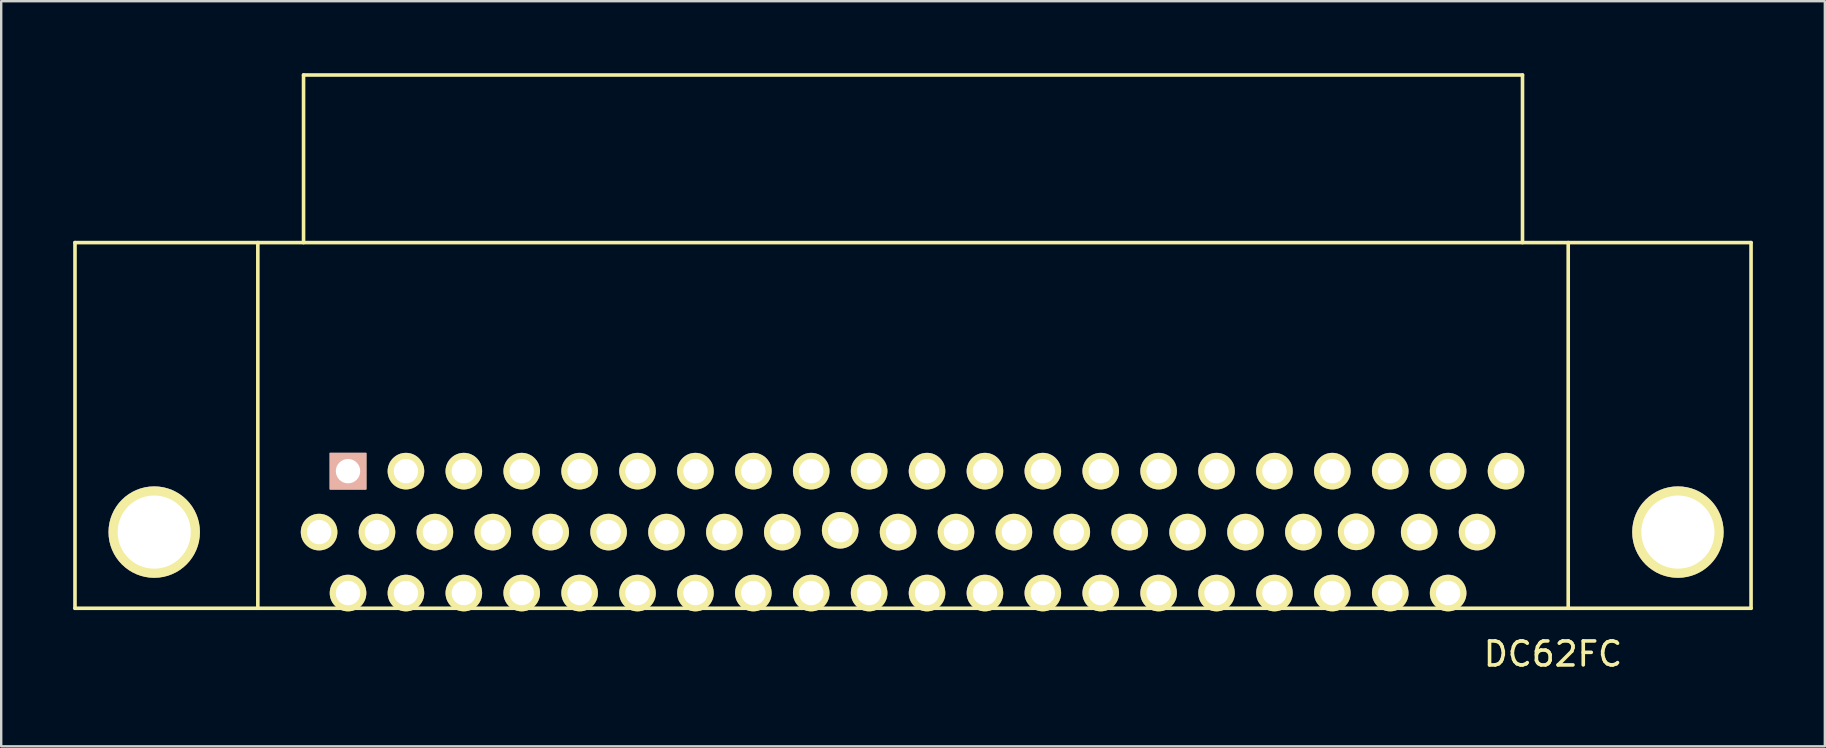
<source format=kicad_pcb>
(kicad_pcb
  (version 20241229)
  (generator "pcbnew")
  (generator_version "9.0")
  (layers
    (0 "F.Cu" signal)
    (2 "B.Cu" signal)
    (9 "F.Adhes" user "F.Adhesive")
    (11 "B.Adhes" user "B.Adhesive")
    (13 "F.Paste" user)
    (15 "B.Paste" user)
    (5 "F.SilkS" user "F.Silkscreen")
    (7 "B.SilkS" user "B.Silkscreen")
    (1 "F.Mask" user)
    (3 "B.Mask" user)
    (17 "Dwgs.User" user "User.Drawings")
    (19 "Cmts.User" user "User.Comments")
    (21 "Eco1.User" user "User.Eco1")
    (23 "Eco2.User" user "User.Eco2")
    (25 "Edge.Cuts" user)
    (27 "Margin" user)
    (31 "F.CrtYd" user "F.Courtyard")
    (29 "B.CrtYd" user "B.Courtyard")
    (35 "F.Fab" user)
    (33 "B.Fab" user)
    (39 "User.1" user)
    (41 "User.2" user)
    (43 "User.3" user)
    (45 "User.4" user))
  (footprint "DC62FC"
    (layer "F.Cu")
    (at 35 19.125)
    (property "Reference" "DC62FC" (at 26.67 5.08 0) (layer "F.SilkS") (effects (font (size 1 1) (thickness 0.15))))
    (attr through_hole)
    (fp_line (start -34.925 -12.065) (end 34.925 -12.065) (stroke (width 0.15) (type solid)) (layer "F.SilkS"))
    (fp_line (start -34.925 3.175) (end -34.925 -12.065) (stroke (width 0.15) (type solid)) (layer "F.SilkS"))
    (fp_line (start -27.305 -12.065) (end -27.305 3.175) (stroke (width 0.15) (type solid)) (layer "F.SilkS"))
    (fp_line (start -25.4 -19.05) (end -25.4 -12.065) (stroke (width 0.15) (type solid)) (layer "F.SilkS"))
    (fp_line (start 25.4 -19.05) (end -25.4 -19.05) (stroke (width 0.15) (type solid)) (layer "F.SilkS"))
    (fp_line (start 25.4 -12.065) (end 25.4 -19.05) (stroke (width 0.15) (type solid)) (layer "F.SilkS"))
    (fp_line (start 27.305 -12.065) (end 27.305 3.175) (stroke (width 0.15) (type solid)) (layer "F.SilkS"))
    (fp_line (start 34.925 -12.065) (end 34.925 3.175) (stroke (width 0.15) (type solid)) (layer "F.SilkS"))
    (fp_line (start 34.925 3.175) (end -34.925 3.175) (stroke (width 0.15) (type solid)) (layer "F.SilkS"))
    (pad "1" thru_hole rect (at -23.546 -2.54 180) (size 1.524 1.524) (drill 1.016) (layers "*.Cu" "*.SilkS" "*.Mask"))
    (pad "2" thru_hole circle (at -21.133 -2.54 180) (size 1.524 1.524) (drill 1.016) (layers "*.Cu" "*.Mask" "F.SilkS"))
    (pad "3" thru_hole circle (at -18.72 -2.54 180) (size 1.524 1.524) (drill 1.016) (layers "*.Cu" "*.Mask" "F.SilkS"))
    (pad "4" thru_hole circle (at -16.307 -2.54 180) (size 1.524 1.524) (drill 1.016) (layers "*.Cu" "*.Mask" "F.SilkS"))
    (pad "5" thru_hole circle (at -13.894 -2.54 180) (size 1.524 1.524) (drill 1.016) (layers "*.Cu" "*.Mask" "F.SilkS"))
    (pad "6" thru_hole circle (at -11.481 -2.54 180) (size 1.524 1.524) (drill 1.016) (layers "*.Cu" "*.Mask" "F.SilkS"))
    (pad "7" thru_hole circle (at -9.068 -2.54 180) (size 1.524 1.524) (drill 1.016) (layers "*.Cu" "*.Mask" "F.SilkS"))
    (pad "8" thru_hole circle (at -6.655 -2.54 180) (size 1.524 1.524) (drill 1.016) (layers "*.Cu" "*.Mask" "F.SilkS"))
    (pad "9" thru_hole circle (at -4.242 -2.54 180) (size 1.524 1.524) (drill 1.016) (layers "*.Cu" "*.Mask" "F.SilkS"))
    (pad "10" thru_hole circle (at -1.829 -2.54 180) (size 1.524 1.524) (drill 1.016) (layers "*.Cu" "*.Mask" "F.SilkS"))
    (pad "11" thru_hole circle (at 0.584 -2.54 180) (size 1.524 1.524) (drill 1.016) (layers "*.Cu" "*.Mask" "F.SilkS"))
    (pad "12" thru_hole circle (at 2.997 -2.54 180) (size 1.524 1.524) (drill 1.016) (layers "*.Cu" "*.Mask" "F.SilkS"))
    (pad "13" thru_hole circle (at 5.41 -2.54 180) (size 1.524 1.524) (drill 1.016) (layers "*.Cu" "*.Mask" "F.SilkS"))
    (pad "14" thru_hole circle (at 7.823 -2.54 180) (size 1.524 1.524) (drill 1.016) (layers "*.Cu" "*.Mask" "F.SilkS"))
    (pad "15" thru_hole circle (at 10.236 -2.54 180) (size 1.524 1.524) (drill 1.016) (layers "*.Cu" "*.Mask" "F.SilkS"))
    (pad "16" thru_hole circle (at 12.649 -2.54 180) (size 1.524 1.524) (drill 1.016) (layers "*.Cu" "*.Mask" "F.SilkS"))
    (pad "17" thru_hole circle (at 15.062 -2.54 180) (size 1.524 1.524) (drill 1.016) (layers "*.Cu" "*.Mask" "F.SilkS"))
    (pad "18" thru_hole circle (at 17.475 -2.54 180) (size 1.524 1.524) (drill 1.016) (layers "*.Cu" "*.Mask" "F.SilkS"))
    (pad "19" thru_hole circle (at 19.888 -2.54 180) (size 1.524 1.524) (drill 1.016) (layers "*.Cu" "*.Mask" "F.SilkS"))
    (pad "20" thru_hole circle (at 22.301 -2.54 180) (size 1.524 1.524) (drill 1.016) (layers "*.Cu" "*.Mask" "F.SilkS"))
    (pad "21" thru_hole circle (at 24.714 -2.54 180) (size 1.524 1.524) (drill 1.016) (layers "*.Cu" "*.Mask" "F.SilkS"))
    (pad "22" thru_hole circle (at -24.752 0 180) (size 1.524 1.524) (drill 1.016) (layers "*.Cu" "*.Mask" "F.SilkS"))
    (pad "23" thru_hole circle (at -22.339 0 180) (size 1.524 1.524) (drill 1.016) (layers "*.Cu" "*.Mask" "F.SilkS"))
    (pad "24" thru_hole circle (at -19.926 0 180) (size 1.524 1.524) (drill 1.016) (layers "*.Cu" "*.Mask" "F.SilkS"))
    (pad "25" thru_hole circle (at -17.513 0 180) (size 1.524 1.524) (drill 1.016) (layers "*.Cu" "*.Mask" "F.SilkS"))
    (pad "26" thru_hole circle (at -15.1 0 180) (size 1.524 1.524) (drill 1.016) (layers "*.Cu" "*.Mask" "F.SilkS"))
    (pad "27" thru_hole circle (at -12.687 0 180) (size 1.524 1.524) (drill 1.016) (layers "*.Cu" "*.Mask" "F.SilkS"))
    (pad "28" thru_hole circle (at -10.274 0 180) (size 1.524 1.524) (drill 1.016) (layers "*.Cu" "*.Mask" "F.SilkS"))
    (pad "29" thru_hole circle (at -7.861 0 180) (size 1.524 1.524) (drill 1.016) (layers "*.Cu" "*.Mask" "F.SilkS"))
    (pad "30" thru_hole circle (at -5.448 0 180) (size 1.524 1.524) (drill 1.016) (layers "*.Cu" "*.Mask" "F.SilkS"))
    (pad "31" thru_hole circle (at -3.035 -0.076 180) (size 1.524 1.524) (drill 1.016) (layers "*.Cu" "*.Mask" "F.SilkS"))
    (pad "32" thru_hole circle (at -0.622 0 180) (size 1.524 1.524) (drill 1.016) (layers "*.Cu" "*.Mask" "F.SilkS"))
    (pad "33" thru_hole circle (at 1.791 0 180) (size 1.524 1.524) (drill 1.016) (layers "*.Cu" "*.Mask" "F.SilkS"))
    (pad "34" thru_hole circle (at 4.204 0 180) (size 1.524 1.524) (drill 1.016) (layers "*.Cu" "*.Mask" "F.SilkS"))
    (pad "35" thru_hole circle (at 6.617 0 180) (size 1.524 1.524) (drill 1.016) (layers "*.Cu" "*.Mask" "F.SilkS"))
    (pad "36" thru_hole circle (at 9.03 0 180) (size 1.524 1.524) (drill 1.016) (layers "*.Cu" "*.Mask" "F.SilkS"))
    (pad "37" thru_hole circle (at 11.443 0 180) (size 1.524 1.524) (drill 1.016) (layers "*.Cu" "*.Mask" "F.SilkS"))
    (pad "38" thru_hole circle (at 13.856 0 180) (size 1.524 1.524) (drill 1.016) (layers "*.Cu" "*.Mask" "F.SilkS"))
    (pad "39" thru_hole circle (at 16.269 0 180) (size 1.524 1.524) (drill 1.016) (layers "*.Cu" "*.Mask" "F.SilkS"))
    (pad "40" thru_hole circle (at 18.468 -0.01 180) (size 1.524 1.524) (drill 1.016) (layers "*.Cu" "*.Mask" "F.SilkS"))
    (pad "41" thru_hole circle (at 21.095 0 180) (size 1.524 1.524) (drill 1.016) (layers "*.Cu" "*.Mask" "F.SilkS"))
    (pad "42" thru_hole circle (at 23.508 0 180) (size 1.524 1.524) (drill 1.016) (layers "*.Cu" "*.Mask" "F.SilkS"))
    (pad "43" thru_hole circle (at -23.546 2.54 180) (size 1.524 1.524) (drill 1.016) (layers "*.Cu" "*.Mask" "F.SilkS"))
    (pad "44" thru_hole circle (at -21.133 2.54 180) (size 1.524 1.524) (drill 1.016) (layers "*.Cu" "*.Mask" "F.SilkS"))
    (pad "45" thru_hole circle (at -18.72 2.54 180) (size 1.524 1.524) (drill 1.016) (layers "*.Cu" "*.Mask" "F.SilkS"))
    (pad "46" thru_hole circle (at -16.307 2.54 180) (size 1.524 1.524) (drill 1.016) (layers "*.Cu" "*.Mask" "F.SilkS"))
    (pad "47" thru_hole circle (at -13.894 2.54 180) (size 1.524 1.524) (drill 1.016) (layers "*.Cu" "*.Mask" "F.SilkS"))
    (pad "48" thru_hole circle (at -11.481 2.54 180) (size 1.524 1.524) (drill 1.016) (layers "*.Cu" "*.Mask" "F.SilkS"))
    (pad "49" thru_hole circle (at -9.068 2.54 180) (size 1.524 1.524) (drill 1.016) (layers "*.Cu" "*.Mask" "F.SilkS"))
    (pad "50" thru_hole circle (at -6.655 2.54 180) (size 1.524 1.524) (drill 1.016) (layers "*.Cu" "*.Mask" "F.SilkS"))
    (pad "51" thru_hole circle (at -4.242 2.54 180) (size 1.524 1.524) (drill 1.016) (layers "*.Cu" "*.Mask" "F.SilkS"))
    (pad "52" thru_hole circle (at -1.829 2.54 180) (size 1.524 1.524) (drill 1.016) (layers "*.Cu" "*.Mask" "F.SilkS"))
    (pad "53" thru_hole circle (at 0.584 2.54 180) (size 1.524 1.524) (drill 1.016) (layers "*.Cu" "*.Mask" "F.SilkS"))
    (pad "54" thru_hole circle (at 2.997 2.54 180) (size 1.524 1.524) (drill 1.016) (layers "*.Cu" "*.Mask" "F.SilkS"))
    (pad "55" thru_hole circle (at 5.41 2.54 180) (size 1.524 1.524) (drill 1.016) (layers "*.Cu" "*.Mask" "F.SilkS"))
    (pad "56" thru_hole circle (at 7.823 2.54 180) (size 1.524 1.524) (drill 1.016) (layers "*.Cu" "*.Mask" "F.SilkS"))
    (pad "57" thru_hole circle (at 10.236 2.54 180) (size 1.524 1.524) (drill 1.016) (layers "*.Cu" "*.Mask" "F.SilkS"))
    (pad "58" thru_hole circle (at 12.649 2.54 180) (size 1.524 1.524) (drill 1.016) (layers "*.Cu" "*.Mask" "F.SilkS"))
    (pad "59" thru_hole circle (at 15.062 2.54 180) (size 1.524 1.524) (drill 1.016) (layers "*.Cu" "*.Mask" "F.SilkS"))
    (pad "60" thru_hole circle (at 17.475 2.54 180) (size 1.524 1.524) (drill 1.016) (layers "*.Cu" "*.Mask" "F.SilkS"))
    (pad "61" thru_hole circle (at 19.888 2.54 180) (size 1.524 1.524) (drill 1.016) (layers "*.Cu" "*.Mask" "F.SilkS"))
    (pad "62" thru_hole circle (at 22.301 2.54 180) (size 1.524 1.524) (drill 1.016) (layers "*.Cu" "*.Mask" "F.SilkS"))
    (pad "?" thru_hole circle (at -31.623 0 180) (size 3.81 3.81) (drill 3.048) (layers "*.Cu" "*.Mask" "F.SilkS"))
    (pad "?" thru_hole circle (at 31.877 0 180) (size 3.81 3.81) (drill 3.048) (layers "*.Cu" "*.Mask" "F.SilkS")))
  (gr_rect
    (start -3 -3)
    (end 73 28.053)
    (stroke (width 0.1) (type default))
    (fill no)
    (layer "Edge.Cuts")))
</source>
